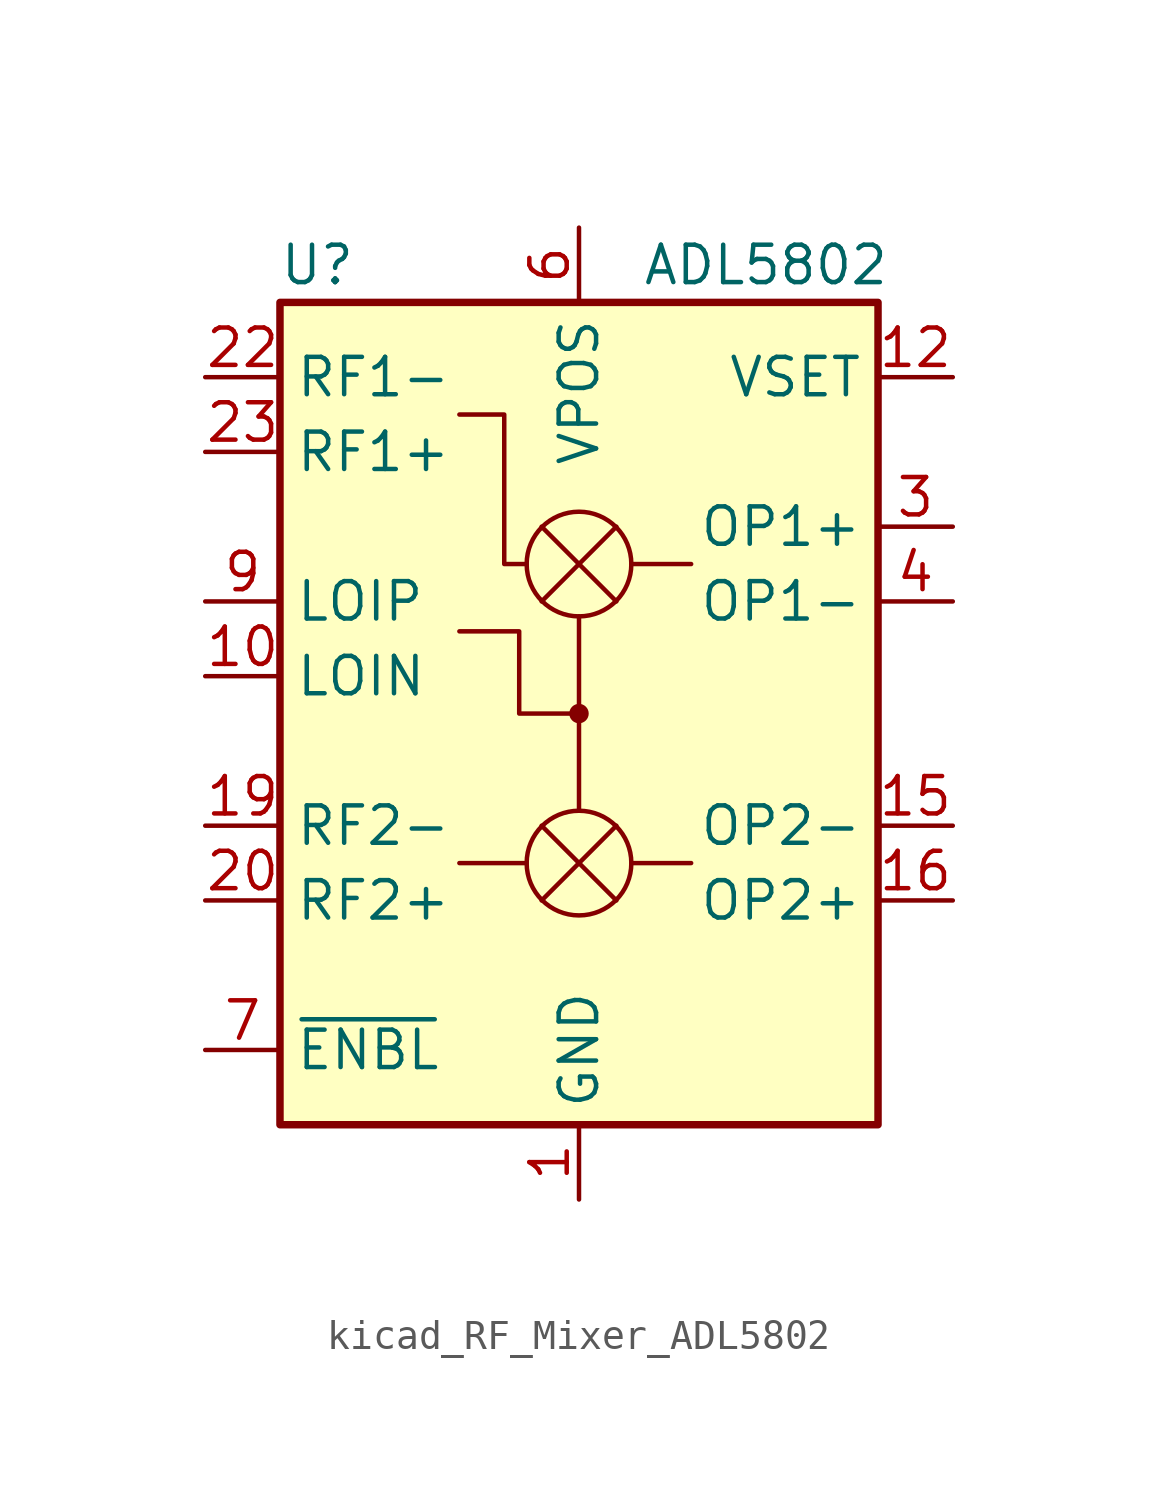
<source format=kicad_sym>
(kicad_symbol_lib
  (version 20220914)
  (generator kicad_symbol_editor)
  (symbol "kicad_RF_Mixer_ADL5802"
    (property "Reference" "U"
      (at -8.89 16.51 0)
      (effects (font (size 1.27 1.27))))
    (property "Value" "ADL5802"
      (at 6.35 16.51 0)
      (effects (font (size 1.27 1.27))))
    (symbol "kicad_RF_Mixer_ADL5802_0_1"
      (rectangle (start -10.16 15.24) (end 10.16 -12.7) (stroke (width 0.254) (type default)) (fill (type background)))
      (polyline (pts (xy -1.778 -3.81) (xy -4.064 -3.81)) (stroke (width 0) (type default)) (fill (type none)))
      (polyline (pts (xy 0 4.572) (xy 0 -2.032)) (stroke (width 0) (type default)) (fill (type none)))
      (polyline (pts (xy -1.778 6.35) (xy -2.54 6.35) (xy -2.54 11.43) (xy -4.064 11.43)) (stroke (width 0) (type default)) (fill (type none)))
      (polyline (pts (xy 0 1.27) (xy -2.032 1.27) (xy -2.032 4.064) (xy -3.048 4.064) (xy -4.064 4.064)) (stroke (width 0) (type default)) (fill (type none)))
      (circle (center 0 1.27) (radius 0.254) (stroke (width 0) (type default)) (fill (type outline))))
    (symbol "kicad_RF_Mixer_ADL5802_1_1"
      (circle (center 0 -3.81) (radius 1.778) (stroke (width 0) (type default)) (fill (type none)))
      (polyline (pts (xy -1.27 -5.08) (xy 1.27 -2.54)) (stroke (width 0) (type default)) (fill (type none)))
      (polyline (pts (xy -1.27 -2.54) (xy 1.27 -5.08)) (stroke (width 0) (type default)) (fill (type none)))
      (polyline (pts (xy -1.27 5.08) (xy 1.27 7.62)) (stroke (width 0) (type default)) (fill (type none)))
      (polyline (pts (xy -1.27 7.62) (xy 1.27 5.08)) (stroke (width 0) (type default)) (fill (type none)))
      (circle (center 0 6.35) (radius 1.778) (stroke (width 0) (type default)) (fill (type none)))
      (rectangle (start 3.81 -3.81) (end 1.778 -3.81) (stroke (width 0) (type default)) (fill (type none)))
      (rectangle (start 3.81 6.35) (end 1.778 6.35) (stroke (width 0) (type default)) (fill (type none)))
      (pin power_in line (at 0 -15.24 90) (length 2.54) (name "GND" (effects (font (size 1.27 1.27)))) (number "1" (effects (font (size 1.27 1.27)))))
      (pin input line (at -12.7 2.54 0) (length 2.54) (name "LOIN" (effects (font (size 1.27 1.27)))) (number "10" (effects (font (size 1.27 1.27)))))
      (pin passive line (at 0 -15.24 90) (length 2.54) hide (name "GND" (effects (font (size 1.27 1.27)))) (number "11" (effects (font (size 1.27 1.27)))))
      (pin input line (at 12.7 12.7 180) (length 2.54) (name "VSET" (effects (font (size 1.27 1.27)))) (number "12" (effects (font (size 1.27 1.27)))))
      (pin passive line (at 0 17.78 270) (length 2.54) hide (name "VPOS" (effects (font (size 1.27 1.27)))) (number "13" (effects (font (size 1.27 1.27)))))
      (pin passive line (at 0 -15.24 90) (length 2.54) hide (name "GND" (effects (font (size 1.27 1.27)))) (number "14" (effects (font (size 1.27 1.27)))))
      (pin output line (at 12.7 -2.54 180) (length 2.54) (name "OP2-" (effects (font (size 1.27 1.27)))) (number "15" (effects (font (size 1.27 1.27)))))
      (pin output line (at 12.7 -5.08 180) (length 2.54) (name "OP2+" (effects (font (size 1.27 1.27)))) (number "16" (effects (font (size 1.27 1.27)))))
      (pin passive line (at 0 -15.24 90) (length 2.54) hide (name "GND" (effects (font (size 1.27 1.27)))) (number "17" (effects (font (size 1.27 1.27)))))
      (pin passive line (at 0 -15.24 90) (length 2.54) hide (name "GND" (effects (font (size 1.27 1.27)))) (number "18" (effects (font (size 1.27 1.27)))))
      (pin input line (at -12.7 -2.54 0) (length 2.54) (name "RF2-" (effects (font (size 1.27 1.27)))) (number "19" (effects (font (size 1.27 1.27)))))
      (pin passive line (at 0 -15.24 90) (length 2.54) hide (name "GND" (effects (font (size 1.27 1.27)))) (number "2" (effects (font (size 1.27 1.27)))))
      (pin input line (at -12.7 -5.08 0) (length 2.54) (name "RF2+" (effects (font (size 1.27 1.27)))) (number "20" (effects (font (size 1.27 1.27)))))
      (pin passive line (at 0 -15.24 90) (length 2.54) hide (name "GND" (effects (font (size 1.27 1.27)))) (number "21" (effects (font (size 1.27 1.27)))))
      (pin input line (at -12.7 12.7 0) (length 2.54) (name "RF1-" (effects (font (size 1.27 1.27)))) (number "22" (effects (font (size 1.27 1.27)))))
      (pin input line (at -12.7 10.16 0) (length 2.54) (name "RF1+" (effects (font (size 1.27 1.27)))) (number "23" (effects (font (size 1.27 1.27)))))
      (pin passive line (at 0 17.78 270) (length 2.54) hide (name "VPOS" (effects (font (size 1.27 1.27)))) (number "24" (effects (font (size 1.27 1.27)))))
      (pin passive line (at 0 -15.24 90) (length 2.54) hide (name "GND" (effects (font (size 1.27 1.27)))) (number "25" (effects (font (size 1.27 1.27)))))
      (pin output line (at 12.7 7.62 180) (length 2.54) (name "OP1+" (effects (font (size 1.27 1.27)))) (number "3" (effects (font (size 1.27 1.27)))))
      (pin output line (at 12.7 5.08 180) (length 2.54) (name "OP1-" (effects (font (size 1.27 1.27)))) (number "4" (effects (font (size 1.27 1.27)))))
      (pin passive line (at 0 -15.24 90) (length 2.54) hide (name "GND" (effects (font (size 1.27 1.27)))) (number "5" (effects (font (size 1.27 1.27)))))
      (pin power_in line (at 0 17.78 270) (length 2.54) (name "VPOS" (effects (font (size 1.27 1.27)))) (number "6" (effects (font (size 1.27 1.27)))))
      (pin input line (at -12.7 -10.16 0) (length 2.54) (name "~{ENBL}" (effects (font (size 1.27 1.27)))) (number "7" (effects (font (size 1.27 1.27)))))
      (pin passive line (at 0 -15.24 90) (length 2.54) hide (name "GND" (effects (font (size 1.27 1.27)))) (number "8" (effects (font (size 1.27 1.27)))))
      (pin input line (at -12.7 5.08 0) (length 2.54) (name "LOIP" (effects (font (size 1.27 1.27)))) (number "9" (effects (font (size 1.27 1.27))))))))
</source>
